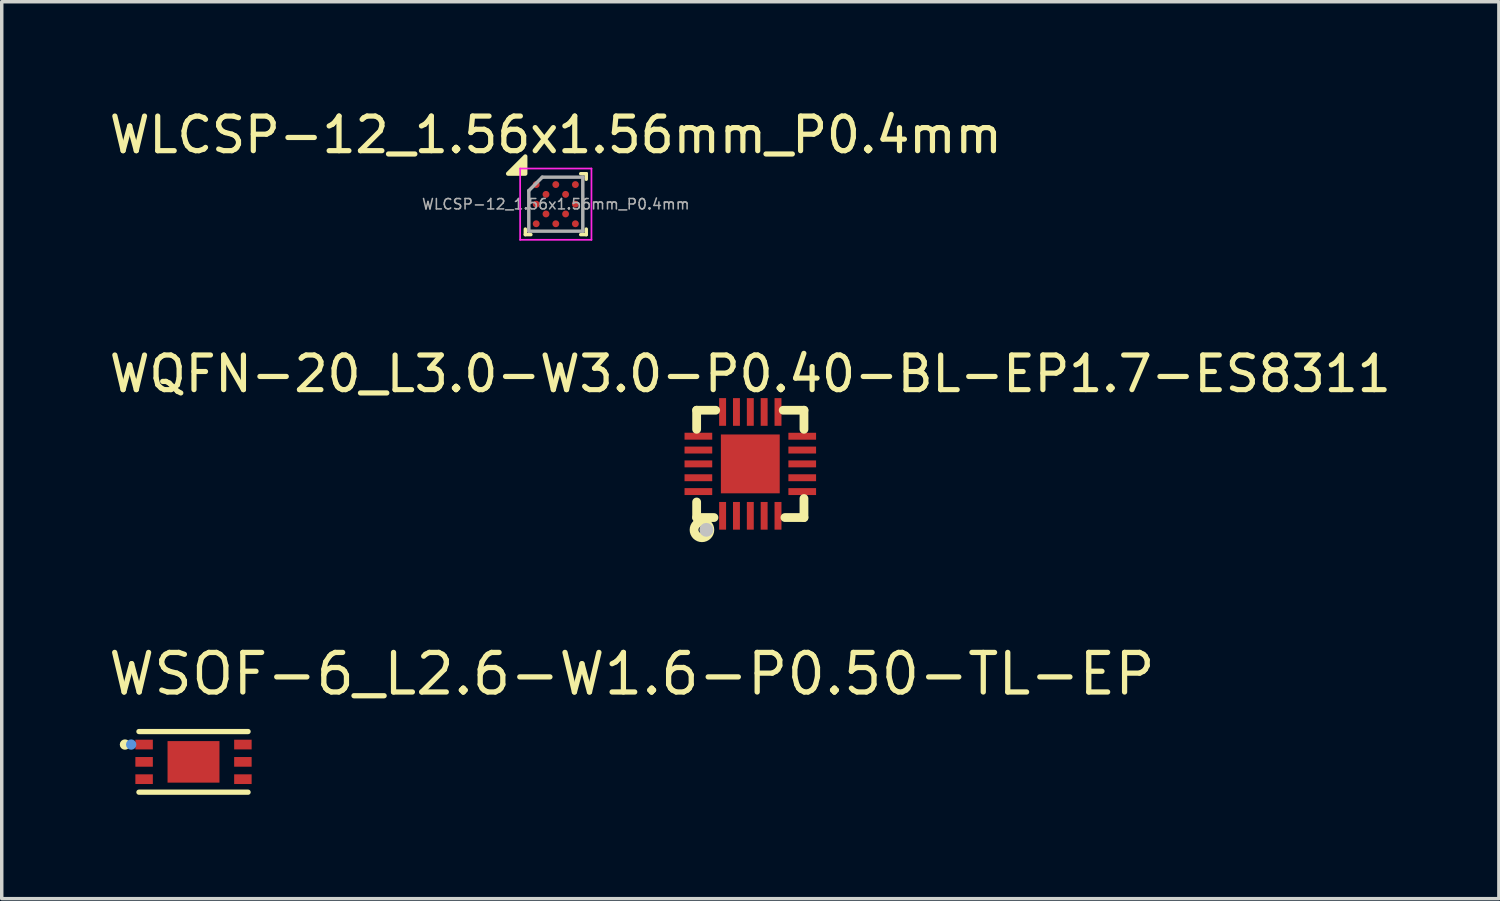
<source format=kicad_pcb>
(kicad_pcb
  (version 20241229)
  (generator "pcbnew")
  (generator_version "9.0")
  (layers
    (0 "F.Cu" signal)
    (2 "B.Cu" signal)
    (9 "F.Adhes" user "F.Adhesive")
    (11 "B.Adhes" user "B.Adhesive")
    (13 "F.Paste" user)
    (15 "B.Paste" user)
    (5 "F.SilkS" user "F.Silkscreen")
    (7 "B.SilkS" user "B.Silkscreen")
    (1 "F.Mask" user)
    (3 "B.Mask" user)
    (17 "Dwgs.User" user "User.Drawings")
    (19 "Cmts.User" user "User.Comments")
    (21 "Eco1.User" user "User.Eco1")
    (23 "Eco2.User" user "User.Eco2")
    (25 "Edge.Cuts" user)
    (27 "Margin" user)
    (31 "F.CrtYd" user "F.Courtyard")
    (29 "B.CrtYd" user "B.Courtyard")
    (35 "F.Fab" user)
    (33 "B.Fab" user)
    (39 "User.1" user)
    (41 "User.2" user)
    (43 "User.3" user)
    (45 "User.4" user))
  (footprint "WLCSP-12_1.56x1.56mm_P0.4mm"
    (layer "F.Cu")
    (at 13.006 2.848)
    (property "Reference" "WLCSP-12_1.56x1.56mm_P0.4mm" (at 0 -2 0) (layer "F.SilkS") (effects (font (size 1 1) (thickness 0.15))))
    (attr smd)
    (fp_line (start -0.88 0.88) (end -0.88 0.72) (stroke (width 0.1) (type solid)) (layer "F.SilkS"))
    (fp_line (start -0.88 0.88) (end -0.72 0.88) (stroke (width 0.1) (type solid)) (layer "F.SilkS"))
    (fp_line (start 0.88 -0.88) (end 0.72 -0.88) (stroke (width 0.1) (type solid)) (layer "F.SilkS"))
    (fp_line (start 0.88 -0.88) (end 0.88 -0.72) (stroke (width 0.1) (type solid)) (layer "F.SilkS"))
    (fp_line (start 0.88 0.88) (end 0.72 0.88) (stroke (width 0.1) (type solid)) (layer "F.SilkS"))
    (fp_line (start 0.88 0.88) (end 0.88 0.72) (stroke (width 0.1) (type solid)) (layer "F.SilkS"))
    (fp_poly (pts (xy -0.88 -0.88) (xy -1.38 -0.88) (xy -0.88 -1.38) (xy -0.88 -0.88)) (stroke (width 0.12) (type solid)) (fill yes) (layer "F.SilkS"))
    (fp_line (start -1.03 -1.03) (end -1.03 1.03) (stroke (width 0.05) (type solid)) (layer "F.CrtYd"))
    (fp_line (start -1.03 -1.03) (end 1.03 -1.03) (stroke (width 0.05) (type solid)) (layer "F.CrtYd"))
    (fp_line (start -1.03 1.03) (end 1.03 1.03) (stroke (width 0.05) (type solid)) (layer "F.CrtYd"))
    (fp_line (start 1.03 -1.03) (end 1.03 1.03) (stroke (width 0.05) (type solid)) (layer "F.CrtYd"))
    (fp_line (start -0.78 -0.39) (end -0.39 -0.78) (stroke (width 0.1) (type solid)) (layer "F.Fab"))
    (fp_line (start -0.78 0.78) (end -0.78 -0.39) (stroke (width 0.1) (type solid)) (layer "F.Fab"))
    (fp_line (start -0.39 -0.78) (end 0.78 -0.78) (stroke (width 0.1) (type solid)) (layer "F.Fab"))
    (fp_line (start 0.78 0.78) (end -0.78 0.78) (stroke (width 0.1) (type solid)) (layer "F.Fab"))
    (fp_line (start 0.78 0.78) (end 0.78 -0.78) (stroke (width 0.1) (type solid)) (layer "F.Fab"))
    (fp_text user "${REFERENCE}" (at 0 0 0) (layer "F.Fab") (effects (font (size 0.3 0.3) (thickness 0.045))))
    (pad "A1" smd circle (at -0.566 -0.566) (size 0.2 0.2) (property pad_prop_bga) (layers "F.Cu" "F.Mask" "F.Paste"))
    (pad "A3" smd circle (at 0 -0.566) (size 0.2 0.2) (property pad_prop_bga) (layers "F.Cu" "F.Mask" "F.Paste"))
    (pad "A5" smd circle (at 0.566 -0.566) (size 0.2 0.2) (property pad_prop_bga) (layers "F.Cu" "F.Mask" "F.Paste"))
    (pad "B2" smd circle (at -0.283 -0.283) (size 0.2 0.2) (property pad_prop_bga) (layers "F.Cu" "F.Mask" "F.Paste"))
    (pad "B4" smd circle (at 0.283 -0.283) (size 0.2 0.2) (property pad_prop_bga) (layers "F.Cu" "F.Mask" "F.Paste"))
    (pad "C1" smd circle (at -0.566 0) (size 0.2 0.2) (property pad_prop_bga) (layers "F.Cu" "F.Mask" "F.Paste"))
    (pad "C5" smd circle (at 0.566 0) (size 0.2 0.2) (property pad_prop_bga) (layers "F.Cu" "F.Mask" "F.Paste"))
    (pad "D2" smd circle (at -0.283 0.283) (size 0.2 0.2) (property pad_prop_bga) (layers "F.Cu" "F.Mask" "F.Paste"))
    (pad "D4" smd circle (at 0.283 0.283) (size 0.2 0.2) (property pad_prop_bga) (layers "F.Cu" "F.Mask" "F.Paste"))
    (pad "E1" smd circle (at -0.566 0.566) (size 0.2 0.2) (property pad_prop_bga) (layers "F.Cu" "F.Mask" "F.Paste"))
    (pad "E3" smd circle (at 0 0.566) (size 0.2 0.2) (property pad_prop_bga) (layers "F.Cu" "F.Mask" "F.Paste"))
    (pad "E5" smd circle (at 0.566 0.566) (size 0.2 0.2) (property pad_prop_bga) (layers "F.Cu" "F.Mask" "F.Paste")))
  (footprint "WQFN-20_L3.0-W3.0-P0.40-BL-EP1.7-ES8311"
    (layer "F.Cu")
    (at 18.625 10.351)
    (property "Reference" "WQFN-20_L3.0-W3.0-P0.40-BL-EP1.7-ES8311" (at 0 -2.6 0) (layer "F.SilkS") (effects (font (size 1 1) (thickness 0.15))))
    (fp_line (start -1.55 -1.55) (end -1 -1.55) (stroke (width 0.254) (type default)) (layer "F.SilkS"))
    (fp_line (start -1.55 -1) (end -1.55 -1.55) (stroke (width 0.254) (type default)) (layer "F.SilkS"))
    (fp_line (start -1.55 1.1) (end -1.55 1.55) (stroke (width 0.254) (type default)) (layer "F.SilkS"))
    (fp_line (start -1.55 1.55) (end -1.05 1.55) (stroke (width 0.254) (type default)) (layer "F.SilkS"))
    (fp_line (start 0.95 -1.55) (end 1.55 -1.55) (stroke (width 0.254) (type default)) (layer "F.SilkS"))
    (fp_line (start 1.55 -1.55) (end 1.55 -1) (stroke (width 0.254) (type default)) (layer "F.SilkS"))
    (fp_line (start 1.55 1) (end 1.55 1.55) (stroke (width 0.254) (type default)) (layer "F.SilkS"))
    (fp_line (start 1.55 1.55) (end 1 1.55) (stroke (width 0.254) (type default)) (layer "F.SilkS"))
    (fp_circle (center -1.397 1.905) (end -1.296 1.905) (stroke (width 0.254) (type default)) (fill no) (layer "F.SilkS"))
    (fp_poly (pts (xy -1.1 -0.7) (xy -1.1 -0.9) (xy -1.9 -0.9) (xy -1.9 -0.7)) (stroke (width 0) (type default)) (fill yes) (layer "F.Paste"))
    (fp_poly (pts (xy -1.1 -0.3) (xy -1.1 -0.5) (xy -1.9 -0.5) (xy -1.9 -0.3)) (stroke (width 0) (type default)) (fill yes) (layer "F.Paste"))
    (fp_poly (pts (xy -1.1 0.1) (xy -1.1 -0.1) (xy -1.9 -0.1) (xy -1.9 0.1)) (stroke (width 0) (type default)) (fill yes) (layer "F.Paste"))
    (fp_poly (pts (xy -1.1 0.5) (xy -1.1 0.3) (xy -1.9 0.3) (xy -1.9 0.5)) (stroke (width 0) (type default)) (fill yes) (layer "F.Paste"))
    (fp_poly (pts (xy -1.1 0.9) (xy -1.1 0.7) (xy -1.9 0.7) (xy -1.9 0.9)) (stroke (width 0) (type default)) (fill yes) (layer "F.Paste"))
    (fp_poly (pts (xy -0.7 -1.9) (xy -0.9 -1.9) (xy -0.9 -1.1) (xy -0.7 -1.1)) (stroke (width 0) (type default)) (fill yes) (layer "F.Paste"))
    (fp_poly (pts (xy -0.7 1.1) (xy -0.9 1.1) (xy -0.9 1.9) (xy -0.7 1.9)) (stroke (width 0) (type default)) (fill yes) (layer "F.Paste"))
    (fp_poly (pts (xy -0.3 -1.9) (xy -0.5 -1.9) (xy -0.5 -1.1) (xy -0.3 -1.1)) (stroke (width 0) (type default)) (fill yes) (layer "F.Paste"))
    (fp_poly (pts (xy -0.3 1.1) (xy -0.5 1.1) (xy -0.5 1.9) (xy -0.3 1.9)) (stroke (width 0) (type default)) (fill yes) (layer "F.Paste"))
    (fp_poly (pts (xy 0.1 -1.9) (xy -0.1 -1.9) (xy -0.1 -1.1) (xy 0.1 -1.1)) (stroke (width 0) (type default)) (fill yes) (layer "F.Paste"))
    (fp_poly (pts (xy 0.1 1.1) (xy -0.1 1.1) (xy -0.1 1.9) (xy 0.1 1.9)) (stroke (width 0) (type default)) (fill yes) (layer "F.Paste"))
    (fp_poly (pts (xy 0.5 -1.9) (xy 0.3 -1.9) (xy 0.3 -1.1) (xy 0.5 -1.1)) (stroke (width 0) (type default)) (fill yes) (layer "F.Paste"))
    (fp_poly (pts (xy 0.5 1.1) (xy 0.3 1.1) (xy 0.3 1.9) (xy 0.5 1.9)) (stroke (width 0) (type default)) (fill yes) (layer "F.Paste"))
    (fp_poly (pts (xy 0.68 -0.68) (xy 0.68 0.68) (xy -0.68 0.68) (xy -0.68 -0.68)) (stroke (width 0) (type default)) (fill yes) (layer "F.Paste"))
    (fp_poly (pts (xy 0.9 -1.9) (xy 0.7 -1.9) (xy 0.7 -1.1) (xy 0.9 -1.1)) (stroke (width 0) (type default)) (fill yes) (layer "F.Paste"))
    (fp_poly (pts (xy 0.9 1.1) (xy 0.7 1.1) (xy 0.7 1.9) (xy 0.9 1.9)) (stroke (width 0) (type default)) (fill yes) (layer "F.Paste"))
    (fp_poly (pts (xy 1.9 -0.7) (xy 1.9 -0.9) (xy 1.1 -0.9) (xy 1.1 -0.7)) (stroke (width 0) (type default)) (fill yes) (layer "F.Paste"))
    (fp_poly (pts (xy 1.9 -0.3) (xy 1.9 -0.5) (xy 1.1 -0.5) (xy 1.1 -0.3)) (stroke (width 0) (type default)) (fill yes) (layer "F.Paste"))
    (fp_poly (pts (xy 1.9 0.1) (xy 1.9 -0.1) (xy 1.1 -0.1) (xy 1.1 0.1)) (stroke (width 0) (type default)) (fill yes) (layer "F.Paste"))
    (fp_poly (pts (xy 1.9 0.5) (xy 1.9 0.3) (xy 1.1 0.3) (xy 1.1 0.5)) (stroke (width 0) (type default)) (fill yes) (layer "F.Paste"))
    (fp_poly (pts (xy 1.9 0.9) (xy 1.9 0.7) (xy 1.1 0.7) (xy 1.1 0.9)) (stroke (width 0) (type default)) (fill yes) (layer "F.Paste"))
    (fp_circle (center -1.27 1.905) (end -1.169 1.905) (stroke (width 0.2) (type default)) (fill no) (layer "Dwgs.User"))
    (fp_poly (pts (xy -1.1 -0.9) (xy -1.1 -0.7) (xy -1.5 -0.7) (xy -1.5 -0.9)) (stroke (width 0.1) (type default)) (fill no) (layer "User.1"))
    (fp_poly (pts (xy -1.1 -0.5) (xy -1.1 -0.3) (xy -1.5 -0.3) (xy -1.5 -0.5)) (stroke (width 0.1) (type default)) (fill no) (layer "User.1"))
    (fp_poly (pts (xy -1.1 -0.1) (xy -1.1 0.1) (xy -1.5 0.1) (xy -1.5 -0.1)) (stroke (width 0.1) (type default)) (fill no) (layer "User.1"))
    (fp_poly (pts (xy -1.1 0.3) (xy -1.1 0.5) (xy -1.5 0.5) (xy -1.5 0.3)) (stroke (width 0.1) (type default)) (fill no) (layer "User.1"))
    (fp_poly (pts (xy -1.1 0.7) (xy -1.1 0.9) (xy -1.5 0.9) (xy -1.5 0.7)) (stroke (width 0.1) (type default)) (fill no) (layer "User.1"))
    (fp_poly (pts (xy -0.9 -1.5) (xy -0.7 -1.5) (xy -0.7 -1.1) (xy -0.9 -1.1)) (stroke (width 0.1) (type default)) (fill no) (layer "User.1"))
    (fp_poly (pts (xy -0.9 1.1) (xy -0.7 1.1) (xy -0.7 1.5) (xy -0.9 1.5)) (stroke (width 0.1) (type default)) (fill no) (layer "User.1"))
    (fp_poly (pts (xy -0.5 -1.5) (xy -0.3 -1.5) (xy -0.3 -1.1) (xy -0.5 -1.1)) (stroke (width 0.1) (type default)) (fill no) (layer "User.1"))
    (fp_poly (pts (xy -0.5 1.1) (xy -0.3 1.1) (xy -0.3 1.5) (xy -0.5 1.5)) (stroke (width 0.1) (type default)) (fill no) (layer "User.1"))
    (fp_poly (pts (xy -0.1 -1.5) (xy 0.1 -1.5) (xy 0.1 -1.1) (xy -0.1 -1.1)) (stroke (width 0.1) (type default)) (fill no) (layer "User.1"))
    (fp_poly (pts (xy -0.1 1.1) (xy 0.1 1.1) (xy 0.1 1.5) (xy -0.1 1.5)) (stroke (width 0.1) (type default)) (fill no) (layer "User.1"))
    (fp_poly (pts (xy 0.3 -1.5) (xy 0.5 -1.5) (xy 0.5 -1.1) (xy 0.3 -1.1)) (stroke (width 0.1) (type default)) (fill no) (layer "User.1"))
    (fp_poly (pts (xy 0.3 1.1) (xy 0.5 1.1) (xy 0.5 1.5) (xy 0.3 1.5)) (stroke (width 0.1) (type default)) (fill no) (layer "User.1"))
    (fp_poly (pts (xy 0.7 -1.5) (xy 0.9 -1.5) (xy 0.9 -1.1) (xy 0.7 -1.1)) (stroke (width 0.1) (type default)) (fill no) (layer "User.1"))
    (fp_poly (pts (xy 0.7 1.1) (xy 0.9 1.1) (xy 0.9 1.5) (xy 0.7 1.5)) (stroke (width 0.1) (type default)) (fill no) (layer "User.1"))
    (fp_poly (pts (xy 0.85 -0.85) (xy 0.85 0.85) (xy -0.85 0.85) (xy -0.85 -0.85)) (stroke (width 0.1) (type default)) (fill no) (layer "User.1"))
    (fp_poly (pts (xy 1.1 -0.7) (xy 1.1 -0.9) (xy 1.5 -0.9) (xy 1.5 -0.7)) (stroke (width 0.1) (type default)) (fill no) (layer "User.1"))
    (fp_poly (pts (xy 1.1 -0.3) (xy 1.1 -0.5) (xy 1.5 -0.5) (xy 1.5 -0.3)) (stroke (width 0.1) (type default)) (fill no) (layer "User.1"))
    (fp_poly (pts (xy 1.1 0.1) (xy 1.1 -0.1) (xy 1.5 -0.1) (xy 1.5 0.1)) (stroke (width 0.1) (type default)) (fill no) (layer "User.1"))
    (fp_poly (pts (xy 1.1 0.5) (xy 1.1 0.3) (xy 1.5 0.3) (xy 1.5 0.5)) (stroke (width 0.1) (type default)) (fill no) (layer "User.1"))
    (fp_poly (pts (xy 1.1 0.9) (xy 1.1 0.7) (xy 1.5 0.7) (xy 1.5 0.9)) (stroke (width 0.1) (type default)) (fill no) (layer "User.1"))
    (fp_line (start -1.5 -1.5) (end 1.5 -1.5) (stroke (width 0.051) (type default)) (layer "User.2"))
    (fp_line (start -1.5 1.5) (end -1.5 -1.5) (stroke (width 0.051) (type default)) (layer "User.2"))
    (fp_line (start 1.5 -1.5) (end 1.5 1.5) (stroke (width 0.051) (type default)) (layer "User.2"))
    (fp_line (start 1.5 1.5) (end -1.5 1.5) (stroke (width 0.051) (type default)) (layer "User.2"))
    (fp_poly (pts (xy -1.445 1.477) (xy -1.477 1.445) (xy -1.523 1.445) (xy -1.555 1.477) (xy -1.555 1.523) (xy -1.523 1.555) (xy -1.477 1.555) (xy -1.445 1.523)) (stroke (width 0.1) (type default)) (fill no) (layer "User.3"))
    (pad "1" smd rect (at -0.8 1.5 180) (size 0.2 0.8) (layers "F.Cu" "F.Mask" "F.Paste"))
    (pad "2" smd rect (at -0.4 1.5 180) (size 0.2 0.8) (layers "F.Cu" "F.Mask" "F.Paste"))
    (pad "3" smd rect (at 0 1.5 180) (size 0.2 0.8) (layers "F.Cu" "F.Mask" "F.Paste"))
    (pad "4" smd rect (at 0.4 1.5 180) (size 0.2 0.8) (layers "F.Cu" "F.Mask" "F.Paste"))
    (pad "5" smd rect (at 0.8 1.5 180) (size 0.2 0.8) (layers "F.Cu" "F.Mask" "F.Paste"))
    (pad "6" smd rect (at 1.5 0.8 90) (size 0.2 0.8) (layers "F.Cu" "F.Mask" "F.Paste"))
    (pad "7" smd rect (at 1.5 0.4 90) (size 0.2 0.8) (layers "F.Cu" "F.Mask" "F.Paste"))
    (pad "8" smd rect (at 1.5 0 90) (size 0.2 0.8) (layers "F.Cu" "F.Mask" "F.Paste"))
    (pad "9" smd rect (at 1.5 -0.4 90) (size 0.2 0.8) (layers "F.Cu" "F.Mask" "F.Paste"))
    (pad "10" smd rect (at 1.5 -0.799 90) (size 0.2 0.8) (layers "F.Cu" "F.Mask" "F.Paste"))
    (pad "11" smd rect (at 0.8 -1.5 180) (size 0.2 0.8) (layers "F.Cu" "F.Mask" "F.Paste"))
    (pad "12" smd rect (at 0.4 -1.5 180) (size 0.2 0.8) (layers "F.Cu" "F.Mask" "F.Paste"))
    (pad "13" smd rect (at 0 -1.5 180) (size 0.2 0.8) (layers "F.Cu" "F.Mask" "F.Paste"))
    (pad "14" smd rect (at -0.4 -1.5 180) (size 0.2 0.8) (layers "F.Cu" "F.Mask" "F.Paste"))
    (pad "15" smd rect (at -0.8 -1.5 180) (size 0.2 0.8) (layers "F.Cu" "F.Mask" "F.Paste"))
    (pad "16" smd rect (at -1.5 -0.8 270) (size 0.2 0.8) (layers "F.Cu" "F.Mask" "F.Paste"))
    (pad "17" smd rect (at -1.5 -0.4 270) (size 0.2 0.8) (layers "F.Cu" "F.Mask" "F.Paste"))
    (pad "18" smd rect (at -1.5 0 270) (size 0.2 0.8) (layers "F.Cu" "F.Mask" "F.Paste"))
    (pad "19" smd rect (at -1.5 0.4 270) (size 0.2 0.8) (layers "F.Cu" "F.Mask" "F.Paste"))
    (pad "20" smd rect (at -1.5 0.8 270) (size 0.2 0.8) (layers "F.Cu" "F.Mask" "F.Paste"))
    (pad "21" smd rect (at 0 0 270) (size 1.7 1.7) (layers "F.Cu" "F.Mask" "F.Paste")))
  (footprint "WSOF-6_L2.6-W1.6-P0.50-TL-EP"
    (layer "F.Cu")
    (at 2.54 18.959)
    (property "Reference" "WSOF-6_L2.6-W1.6-P0.50-TL-EP" (at -2.54 -2.54 0) (layer "F.SilkS") (effects (font (size 1.143 1.143) (thickness 0.152)) (justify left)))
    (attr smd)
    (fp_line (start -1.576 -0.876) (end 1.576 -0.876) (stroke (width 0.152) (type solid)) (layer "F.SilkS"))
    (fp_line (start -1.576 0.876) (end 1.576 0.876) (stroke (width 0.152) (type solid)) (layer "F.SilkS"))
    (fp_circle (center -1.98 -0.5) (end -1.905 -0.5) (stroke (width 0.15) (type solid)) (fill no) (layer "F.SilkS"))
    (fp_circle (center -1.8 -0.5) (end -1.725 -0.5) (stroke (width 0.15) (type solid)) (fill no) (layer "Cmts.User"))
    (pad "1" smd rect (at -1.427 -0.5) (size 0.505 0.28) (layers "F.Cu" "F.Mask" "F.Paste"))
    (pad "2" smd rect (at -1.427 0) (size 0.505 0.28) (layers "F.Cu" "F.Mask" "F.Paste"))
    (pad "3" smd rect (at -1.427 0.5) (size 0.505 0.28) (layers "F.Cu" "F.Mask" "F.Paste"))
    (pad "4" smd rect (at 1.427 0.5) (size 0.505 0.28) (layers "F.Cu" "F.Mask" "F.Paste"))
    (pad "5" smd rect (at 1.427 0) (size 0.505 0.28) (layers "F.Cu" "F.Mask" "F.Paste"))
    (pad "6" smd rect (at 1.427 -0.5) (size 0.505 0.28) (layers "F.Cu" "F.Mask" "F.Paste"))
    (pad "7" smd rect (at 0 0) (size 1.5 1.2) (layers "F.Cu" "F.Mask" "F.Paste")))
  (gr_rect
    (start -3 -3)
    (end 40.25 22.911)
    (stroke (width 0.1) (type default))
    (fill no)
    (layer "Edge.Cuts")))
</source>
